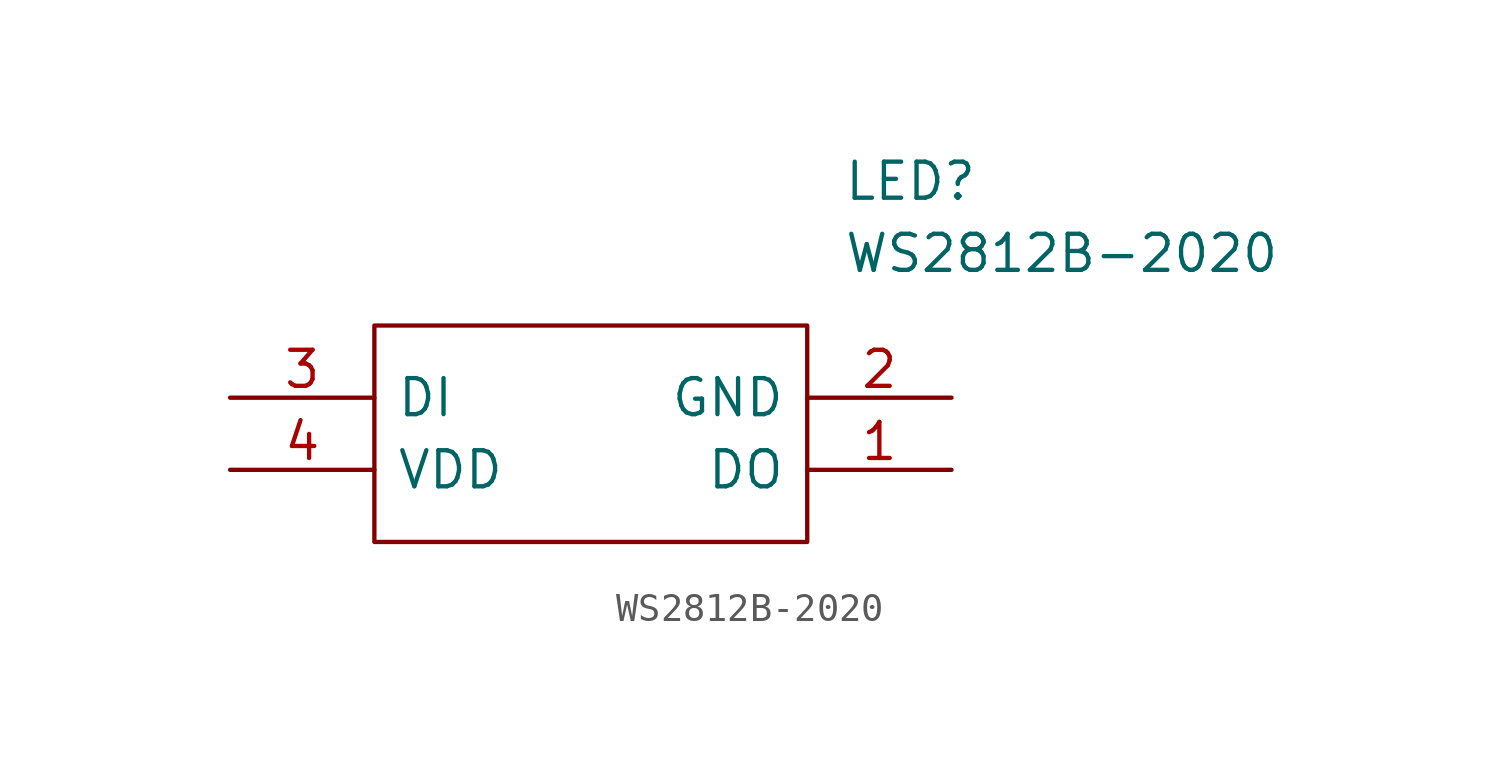
<source format=kicad_sym>
(kicad_symbol_lib
  (version 20220914)
  (generator kicad_symbol_editor)
  (symbol "WS2812B-2020"
    (pin_names
      (offset 0.762))
    (property "Reference" "LED"
      (at 21.59 7.62 0)
      (effects (font (size 1.27 1.27)) (justify left)))
    (property "Value" "WS2812B-2020"
      (at 21.59 5.08 0)
      (effects (font (size 1.27 1.27)) (justify left)))
    (symbol "WS2812B-2020_0_0"
      (pin passive line (at 25.4 -2.54 180) (length 5.08) (name "DO" (effects (font (size 1.27 1.27)))) (number "1" (effects (font (size 1.27 1.27)))))
      (pin passive line (at 25.4 0 180) (length 5.08) (name "GND" (effects (font (size 1.27 1.27)))) (number "2" (effects (font (size 1.27 1.27)))))
      (pin passive line (at 0 0 0) (length 5.08) (name "DI" (effects (font (size 1.27 1.27)))) (number "3" (effects (font (size 1.27 1.27)))))
      (pin passive line (at 0 -2.54 0) (length 5.08) (name "VDD" (effects (font (size 1.27 1.27)))) (number "4" (effects (font (size 1.27 1.27))))))
    (symbol "WS2812B-2020_0_1"
      (polyline (pts (xy 5.08 2.54) (xy 20.32 2.54) (xy 20.32 -5.08) (xy 5.08 -5.08) (xy 5.08 2.54)) (stroke (width 0.152) (type default)) (fill (type none))))))
</source>
